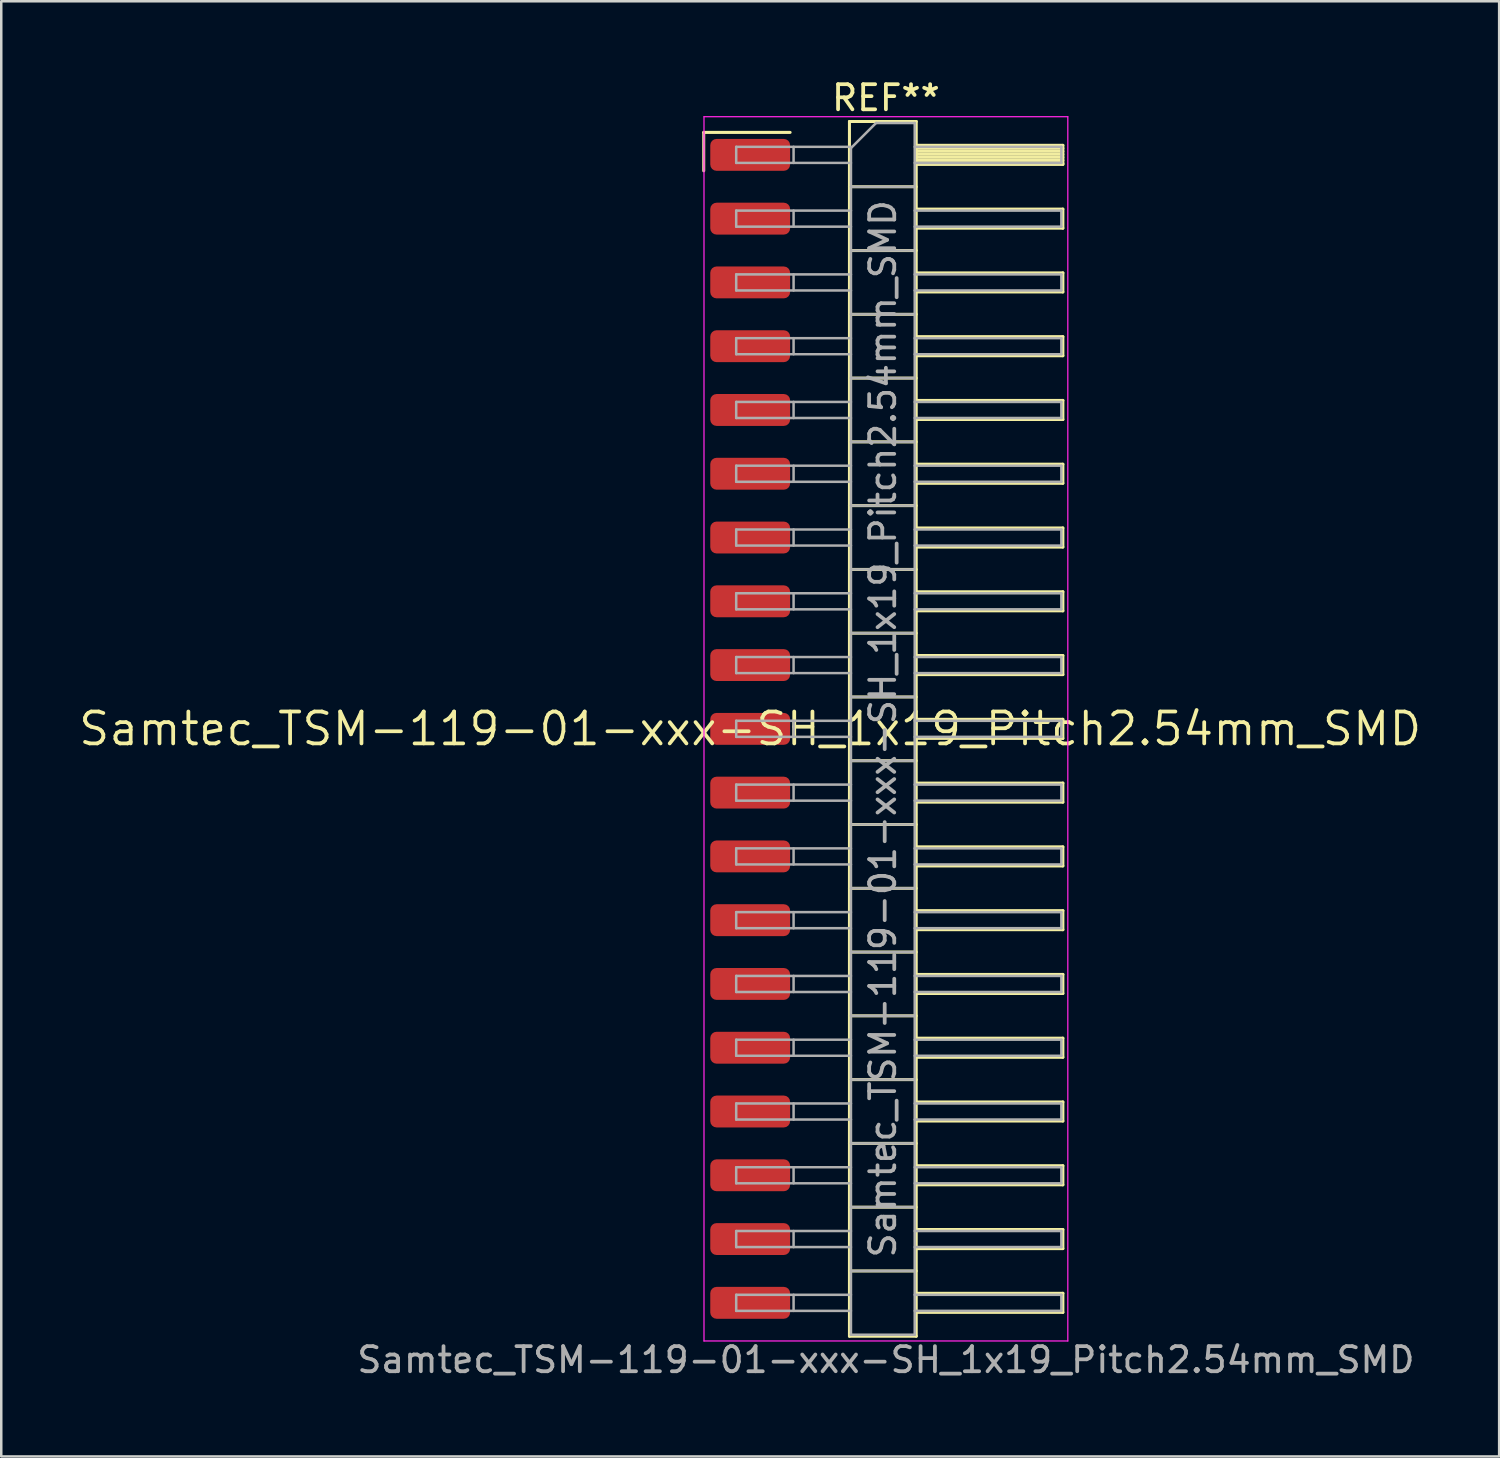
<source format=kicad_pcb>
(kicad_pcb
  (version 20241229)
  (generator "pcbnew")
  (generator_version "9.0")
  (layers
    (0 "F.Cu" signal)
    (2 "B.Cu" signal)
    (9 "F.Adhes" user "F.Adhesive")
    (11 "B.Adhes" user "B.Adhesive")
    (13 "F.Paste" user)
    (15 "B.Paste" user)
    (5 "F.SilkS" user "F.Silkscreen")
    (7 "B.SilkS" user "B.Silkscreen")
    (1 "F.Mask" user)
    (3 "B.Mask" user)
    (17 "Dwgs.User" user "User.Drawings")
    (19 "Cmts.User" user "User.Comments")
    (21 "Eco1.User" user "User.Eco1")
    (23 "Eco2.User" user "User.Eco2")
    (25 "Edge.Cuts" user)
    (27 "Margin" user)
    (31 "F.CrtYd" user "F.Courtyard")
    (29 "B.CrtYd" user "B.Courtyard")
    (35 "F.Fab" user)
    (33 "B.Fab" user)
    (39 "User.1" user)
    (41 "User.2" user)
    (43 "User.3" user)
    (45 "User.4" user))
  (footprint "Samtec_TSM-119-01-xxx-SH_1x19_Pitch2.54mm_SMD"
    (layer "F.Cu")
    (at 26.828 25.978)
    (property "Reference" "Samtec_TSM-119-01-xxx-SH_1x19_Pitch2.54mm_SMD" (at 0 0 0) (layer "F.SilkS") (effects (font (size 1.27 1.27) (thickness 0.15))))
    (attr smd)
    (fp_line (start -1.85 -23.755) (end 1.59 -23.755) (stroke (width 0.12) (type solid)) (layer "F.SilkS"))
    (fp_line (start -1.85 -22.225) (end -1.85 -23.755) (stroke (width 0.12) (type solid)) (layer "F.SilkS"))
    (fp_line (start 3.953 -24.19) (end 6.613 -24.19) (stroke (width 0.12) (type solid)) (layer "F.SilkS"))
    (fp_line (start 3.953 -21.59) (end 6.613 -21.59) (stroke (width 0.12) (type solid)) (layer "F.SilkS"))
    (fp_line (start 3.953 -19.05) (end 6.613 -19.05) (stroke (width 0.12) (type solid)) (layer "F.SilkS"))
    (fp_line (start 3.953 -16.51) (end 6.613 -16.51) (stroke (width 0.12) (type solid)) (layer "F.SilkS"))
    (fp_line (start 3.953 -13.97) (end 6.613 -13.97) (stroke (width 0.12) (type solid)) (layer "F.SilkS"))
    (fp_line (start 3.953 -11.43) (end 6.613 -11.43) (stroke (width 0.12) (type solid)) (layer "F.SilkS"))
    (fp_line (start 3.953 -8.89) (end 6.613 -8.89) (stroke (width 0.12) (type solid)) (layer "F.SilkS"))
    (fp_line (start 3.953 -6.35) (end 6.613 -6.35) (stroke (width 0.12) (type solid)) (layer "F.SilkS"))
    (fp_line (start 3.953 -3.81) (end 6.613 -3.81) (stroke (width 0.12) (type solid)) (layer "F.SilkS"))
    (fp_line (start 3.953 -1.27) (end 6.613 -1.27) (stroke (width 0.12) (type solid)) (layer "F.SilkS"))
    (fp_line (start 3.953 1.27) (end 6.613 1.27) (stroke (width 0.12) (type solid)) (layer "F.SilkS"))
    (fp_line (start 3.953 3.81) (end 6.613 3.81) (stroke (width 0.12) (type solid)) (layer "F.SilkS"))
    (fp_line (start 3.953 6.35) (end 6.613 6.35) (stroke (width 0.12) (type solid)) (layer "F.SilkS"))
    (fp_line (start 3.953 8.89) (end 6.613 8.89) (stroke (width 0.12) (type solid)) (layer "F.SilkS"))
    (fp_line (start 3.953 11.43) (end 6.613 11.43) (stroke (width 0.12) (type solid)) (layer "F.SilkS"))
    (fp_line (start 3.953 13.97) (end 6.613 13.97) (stroke (width 0.12) (type solid)) (layer "F.SilkS"))
    (fp_line (start 3.953 16.51) (end 6.613 16.51) (stroke (width 0.12) (type solid)) (layer "F.SilkS"))
    (fp_line (start 3.953 19.05) (end 6.613 19.05) (stroke (width 0.12) (type solid)) (layer "F.SilkS"))
    (fp_line (start 3.953 21.59) (end 6.613 21.59) (stroke (width 0.12) (type solid)) (layer "F.SilkS"))
    (fp_line (start 3.953 24.19) (end 3.953 -24.19) (stroke (width 0.12) (type solid)) (layer "F.SilkS"))
    (fp_line (start 6.613 -24.19) (end 6.613 24.19) (stroke (width 0.12) (type solid)) (layer "F.SilkS"))
    (fp_line (start 6.613 -23.24) (end 12.453 -23.24) (stroke (width 0.12) (type solid)) (layer "F.SilkS"))
    (fp_line (start 6.613 -23.12) (end 12.453 -23.12) (stroke (width 0.12) (type solid)) (layer "F.SilkS"))
    (fp_line (start 6.613 -23) (end 12.453 -23) (stroke (width 0.12) (type solid)) (layer "F.SilkS"))
    (fp_line (start 6.613 -22.88) (end 12.453 -22.88) (stroke (width 0.12) (type solid)) (layer "F.SilkS"))
    (fp_line (start 6.613 -22.76) (end 12.453 -22.76) (stroke (width 0.12) (type solid)) (layer "F.SilkS"))
    (fp_line (start 6.613 -22.64) (end 12.453 -22.64) (stroke (width 0.12) (type solid)) (layer "F.SilkS"))
    (fp_line (start 6.613 -22.52) (end 12.453 -22.52) (stroke (width 0.12) (type solid)) (layer "F.SilkS"))
    (fp_line (start 6.613 -22.48) (end 12.453 -22.48) (stroke (width 0.12) (type solid)) (layer "F.SilkS"))
    (fp_line (start 6.613 -20.7) (end 12.453 -20.7) (stroke (width 0.12) (type solid)) (layer "F.SilkS"))
    (fp_line (start 6.613 -19.94) (end 12.453 -19.94) (stroke (width 0.12) (type solid)) (layer "F.SilkS"))
    (fp_line (start 6.613 -18.16) (end 12.453 -18.16) (stroke (width 0.12) (type solid)) (layer "F.SilkS"))
    (fp_line (start 6.613 -17.4) (end 12.453 -17.4) (stroke (width 0.12) (type solid)) (layer "F.SilkS"))
    (fp_line (start 6.613 -15.62) (end 12.453 -15.62) (stroke (width 0.12) (type solid)) (layer "F.SilkS"))
    (fp_line (start 6.613 -14.86) (end 12.453 -14.86) (stroke (width 0.12) (type solid)) (layer "F.SilkS"))
    (fp_line (start 6.613 -13.08) (end 12.453 -13.08) (stroke (width 0.12) (type solid)) (layer "F.SilkS"))
    (fp_line (start 6.613 -12.32) (end 12.453 -12.32) (stroke (width 0.12) (type solid)) (layer "F.SilkS"))
    (fp_line (start 6.613 -10.54) (end 12.453 -10.54) (stroke (width 0.12) (type solid)) (layer "F.SilkS"))
    (fp_line (start 6.613 -9.78) (end 12.453 -9.78) (stroke (width 0.12) (type solid)) (layer "F.SilkS"))
    (fp_line (start 6.613 -8) (end 12.453 -8) (stroke (width 0.12) (type solid)) (layer "F.SilkS"))
    (fp_line (start 6.613 -7.24) (end 12.453 -7.24) (stroke (width 0.12) (type solid)) (layer "F.SilkS"))
    (fp_line (start 6.613 -5.46) (end 12.453 -5.46) (stroke (width 0.12) (type solid)) (layer "F.SilkS"))
    (fp_line (start 6.613 -4.7) (end 12.453 -4.7) (stroke (width 0.12) (type solid)) (layer "F.SilkS"))
    (fp_line (start 6.613 -2.92) (end 12.453 -2.92) (stroke (width 0.12) (type solid)) (layer "F.SilkS"))
    (fp_line (start 6.613 -2.16) (end 12.453 -2.16) (stroke (width 0.12) (type solid)) (layer "F.SilkS"))
    (fp_line (start 6.613 -0.38) (end 12.453 -0.38) (stroke (width 0.12) (type solid)) (layer "F.SilkS"))
    (fp_line (start 6.613 0.38) (end 12.453 0.38) (stroke (width 0.12) (type solid)) (layer "F.SilkS"))
    (fp_line (start 6.613 2.16) (end 12.453 2.16) (stroke (width 0.12) (type solid)) (layer "F.SilkS"))
    (fp_line (start 6.613 2.92) (end 12.453 2.92) (stroke (width 0.12) (type solid)) (layer "F.SilkS"))
    (fp_line (start 6.613 4.7) (end 12.453 4.7) (stroke (width 0.12) (type solid)) (layer "F.SilkS"))
    (fp_line (start 6.613 5.46) (end 12.453 5.46) (stroke (width 0.12) (type solid)) (layer "F.SilkS"))
    (fp_line (start 6.613 7.24) (end 12.453 7.24) (stroke (width 0.12) (type solid)) (layer "F.SilkS"))
    (fp_line (start 6.613 8) (end 12.453 8) (stroke (width 0.12) (type solid)) (layer "F.SilkS"))
    (fp_line (start 6.613 9.78) (end 12.453 9.78) (stroke (width 0.12) (type solid)) (layer "F.SilkS"))
    (fp_line (start 6.613 10.54) (end 12.453 10.54) (stroke (width 0.12) (type solid)) (layer "F.SilkS"))
    (fp_line (start 6.613 12.32) (end 12.453 12.32) (stroke (width 0.12) (type solid)) (layer "F.SilkS"))
    (fp_line (start 6.613 13.08) (end 12.453 13.08) (stroke (width 0.12) (type solid)) (layer "F.SilkS"))
    (fp_line (start 6.613 14.86) (end 12.453 14.86) (stroke (width 0.12) (type solid)) (layer "F.SilkS"))
    (fp_line (start 6.613 15.62) (end 12.453 15.62) (stroke (width 0.12) (type solid)) (layer "F.SilkS"))
    (fp_line (start 6.613 17.4) (end 12.453 17.4) (stroke (width 0.12) (type solid)) (layer "F.SilkS"))
    (fp_line (start 6.613 18.16) (end 12.453 18.16) (stroke (width 0.12) (type solid)) (layer "F.SilkS"))
    (fp_line (start 6.613 19.94) (end 12.453 19.94) (stroke (width 0.12) (type solid)) (layer "F.SilkS"))
    (fp_line (start 6.613 20.7) (end 12.453 20.7) (stroke (width 0.12) (type solid)) (layer "F.SilkS"))
    (fp_line (start 6.613 22.48) (end 12.453 22.48) (stroke (width 0.12) (type solid)) (layer "F.SilkS"))
    (fp_line (start 6.613 23.24) (end 12.453 23.24) (stroke (width 0.12) (type solid)) (layer "F.SilkS"))
    (fp_line (start 6.613 24.19) (end 3.953 24.19) (stroke (width 0.12) (type solid)) (layer "F.SilkS"))
    (fp_line (start 12.453 -23.24) (end 12.453 -22.48) (stroke (width 0.12) (type solid)) (layer "F.SilkS"))
    (fp_line (start 12.453 -20.7) (end 12.453 -19.94) (stroke (width 0.12) (type solid)) (layer "F.SilkS"))
    (fp_line (start 12.453 -18.16) (end 12.453 -17.4) (stroke (width 0.12) (type solid)) (layer "F.SilkS"))
    (fp_line (start 12.453 -15.62) (end 12.453 -14.86) (stroke (width 0.12) (type solid)) (layer "F.SilkS"))
    (fp_line (start 12.453 -13.08) (end 12.453 -12.32) (stroke (width 0.12) (type solid)) (layer "F.SilkS"))
    (fp_line (start 12.453 -10.54) (end 12.453 -9.78) (stroke (width 0.12) (type solid)) (layer "F.SilkS"))
    (fp_line (start 12.453 -8) (end 12.453 -7.24) (stroke (width 0.12) (type solid)) (layer "F.SilkS"))
    (fp_line (start 12.453 -5.46) (end 12.453 -4.7) (stroke (width 0.12) (type solid)) (layer "F.SilkS"))
    (fp_line (start 12.453 -2.92) (end 12.453 -2.16) (stroke (width 0.12) (type solid)) (layer "F.SilkS"))
    (fp_line (start 12.453 -0.38) (end 12.453 0.38) (stroke (width 0.12) (type solid)) (layer "F.SilkS"))
    (fp_line (start 12.453 2.16) (end 12.453 2.92) (stroke (width 0.12) (type solid)) (layer "F.SilkS"))
    (fp_line (start 12.453 4.7) (end 12.453 5.46) (stroke (width 0.12) (type solid)) (layer "F.SilkS"))
    (fp_line (start 12.453 7.24) (end 12.453 8) (stroke (width 0.12) (type solid)) (layer "F.SilkS"))
    (fp_line (start 12.453 9.78) (end 12.453 10.54) (stroke (width 0.12) (type solid)) (layer "F.SilkS"))
    (fp_line (start 12.453 12.32) (end 12.453 13.08) (stroke (width 0.12) (type solid)) (layer "F.SilkS"))
    (fp_line (start 12.453 14.86) (end 12.453 15.62) (stroke (width 0.12) (type solid)) (layer "F.SilkS"))
    (fp_line (start 12.453 17.4) (end 12.453 18.16) (stroke (width 0.12) (type solid)) (layer "F.SilkS"))
    (fp_line (start 12.453 19.94) (end 12.453 20.7) (stroke (width 0.12) (type solid)) (layer "F.SilkS"))
    (fp_line (start 12.453 22.48) (end 12.453 23.24) (stroke (width 0.12) (type solid)) (layer "F.SilkS"))
    (fp_line (start -1.84 -24.38) (end 12.65 -24.38) (stroke (width 0.05) (type solid)) (layer "F.CrtYd"))
    (fp_line (start -1.84 24.38) (end -1.84 -24.38) (stroke (width 0.05) (type solid)) (layer "F.CrtYd"))
    (fp_line (start 12.65 -24.38) (end 12.65 24.38) (stroke (width 0.05) (type solid)) (layer "F.CrtYd"))
    (fp_line (start 12.65 24.38) (end -1.84 24.38) (stroke (width 0.05) (type solid)) (layer "F.CrtYd"))
    (fp_line (start -0.557 -23.18) (end -0.557 -22.54) (stroke (width 0.1) (type solid)) (layer "F.Fab"))
    (fp_line (start -0.557 -23.18) (end 4.013 -23.18) (stroke (width 0.1) (type solid)) (layer "F.Fab"))
    (fp_line (start -0.557 -22.54) (end 4.013 -22.54) (stroke (width 0.1) (type solid)) (layer "F.Fab"))
    (fp_line (start -0.557 -20.64) (end -0.557 -20) (stroke (width 0.1) (type solid)) (layer "F.Fab"))
    (fp_line (start -0.557 -20.64) (end 4.013 -20.64) (stroke (width 0.1) (type solid)) (layer "F.Fab"))
    (fp_line (start -0.557 -20) (end 4.013 -20) (stroke (width 0.1) (type solid)) (layer "F.Fab"))
    (fp_line (start -0.557 -18.1) (end -0.557 -17.46) (stroke (width 0.1) (type solid)) (layer "F.Fab"))
    (fp_line (start -0.557 -18.1) (end 4.013 -18.1) (stroke (width 0.1) (type solid)) (layer "F.Fab"))
    (fp_line (start -0.557 -17.46) (end 4.013 -17.46) (stroke (width 0.1) (type solid)) (layer "F.Fab"))
    (fp_line (start -0.557 -15.56) (end -0.557 -14.92) (stroke (width 0.1) (type solid)) (layer "F.Fab"))
    (fp_line (start -0.557 -15.56) (end 4.013 -15.56) (stroke (width 0.1) (type solid)) (layer "F.Fab"))
    (fp_line (start -0.557 -14.92) (end 4.013 -14.92) (stroke (width 0.1) (type solid)) (layer "F.Fab"))
    (fp_line (start -0.557 -13.02) (end -0.557 -12.38) (stroke (width 0.1) (type solid)) (layer "F.Fab"))
    (fp_line (start -0.557 -13.02) (end 4.013 -13.02) (stroke (width 0.1) (type solid)) (layer "F.Fab"))
    (fp_line (start -0.557 -12.38) (end 4.013 -12.38) (stroke (width 0.1) (type solid)) (layer "F.Fab"))
    (fp_line (start -0.557 -10.48) (end -0.557 -9.84) (stroke (width 0.1) (type solid)) (layer "F.Fab"))
    (fp_line (start -0.557 -10.48) (end 4.013 -10.48) (stroke (width 0.1) (type solid)) (layer "F.Fab"))
    (fp_line (start -0.557 -9.84) (end 4.013 -9.84) (stroke (width 0.1) (type solid)) (layer "F.Fab"))
    (fp_line (start -0.557 -7.94) (end -0.557 -7.3) (stroke (width 0.1) (type solid)) (layer "F.Fab"))
    (fp_line (start -0.557 -7.94) (end 4.013 -7.94) (stroke (width 0.1) (type solid)) (layer "F.Fab"))
    (fp_line (start -0.557 -7.3) (end 4.013 -7.3) (stroke (width 0.1) (type solid)) (layer "F.Fab"))
    (fp_line (start -0.557 -5.4) (end -0.557 -4.76) (stroke (width 0.1) (type solid)) (layer "F.Fab"))
    (fp_line (start -0.557 -5.4) (end 4.013 -5.4) (stroke (width 0.1) (type solid)) (layer "F.Fab"))
    (fp_line (start -0.557 -4.76) (end 4.013 -4.76) (stroke (width 0.1) (type solid)) (layer "F.Fab"))
    (fp_line (start -0.557 -2.86) (end -0.557 -2.22) (stroke (width 0.1) (type solid)) (layer "F.Fab"))
    (fp_line (start -0.557 -2.86) (end 4.013 -2.86) (stroke (width 0.1) (type solid)) (layer "F.Fab"))
    (fp_line (start -0.557 -2.22) (end 4.013 -2.22) (stroke (width 0.1) (type solid)) (layer "F.Fab"))
    (fp_line (start -0.557 -0.32) (end -0.557 0.32) (stroke (width 0.1) (type solid)) (layer "F.Fab"))
    (fp_line (start -0.557 -0.32) (end 4.013 -0.32) (stroke (width 0.1) (type solid)) (layer "F.Fab"))
    (fp_line (start -0.557 0.32) (end 4.013 0.32) (stroke (width 0.1) (type solid)) (layer "F.Fab"))
    (fp_line (start -0.557 2.22) (end -0.557 2.86) (stroke (width 0.1) (type solid)) (layer "F.Fab"))
    (fp_line (start -0.557 2.22) (end 4.013 2.22) (stroke (width 0.1) (type solid)) (layer "F.Fab"))
    (fp_line (start -0.557 2.86) (end 4.013 2.86) (stroke (width 0.1) (type solid)) (layer "F.Fab"))
    (fp_line (start -0.557 4.76) (end -0.557 5.4) (stroke (width 0.1) (type solid)) (layer "F.Fab"))
    (fp_line (start -0.557 4.76) (end 4.013 4.76) (stroke (width 0.1) (type solid)) (layer "F.Fab"))
    (fp_line (start -0.557 5.4) (end 4.013 5.4) (stroke (width 0.1) (type solid)) (layer "F.Fab"))
    (fp_line (start -0.557 7.3) (end -0.557 7.94) (stroke (width 0.1) (type solid)) (layer "F.Fab"))
    (fp_line (start -0.557 7.3) (end 4.013 7.3) (stroke (width 0.1) (type solid)) (layer "F.Fab"))
    (fp_line (start -0.557 7.94) (end 4.013 7.94) (stroke (width 0.1) (type solid)) (layer "F.Fab"))
    (fp_line (start -0.557 9.84) (end -0.557 10.48) (stroke (width 0.1) (type solid)) (layer "F.Fab"))
    (fp_line (start -0.557 9.84) (end 4.013 9.84) (stroke (width 0.1) (type solid)) (layer "F.Fab"))
    (fp_line (start -0.557 10.48) (end 4.013 10.48) (stroke (width 0.1) (type solid)) (layer "F.Fab"))
    (fp_line (start -0.557 12.38) (end -0.557 13.02) (stroke (width 0.1) (type solid)) (layer "F.Fab"))
    (fp_line (start -0.557 12.38) (end 4.013 12.38) (stroke (width 0.1) (type solid)) (layer "F.Fab"))
    (fp_line (start -0.557 13.02) (end 4.013 13.02) (stroke (width 0.1) (type solid)) (layer "F.Fab"))
    (fp_line (start -0.557 14.92) (end -0.557 15.56) (stroke (width 0.1) (type solid)) (layer "F.Fab"))
    (fp_line (start -0.557 14.92) (end 4.013 14.92) (stroke (width 0.1) (type solid)) (layer "F.Fab"))
    (fp_line (start -0.557 15.56) (end 4.013 15.56) (stroke (width 0.1) (type solid)) (layer "F.Fab"))
    (fp_line (start -0.557 17.46) (end -0.557 18.1) (stroke (width 0.1) (type solid)) (layer "F.Fab"))
    (fp_line (start -0.557 17.46) (end 4.013 17.46) (stroke (width 0.1) (type solid)) (layer "F.Fab"))
    (fp_line (start -0.557 18.1) (end 4.013 18.1) (stroke (width 0.1) (type solid)) (layer "F.Fab"))
    (fp_line (start -0.557 20) (end -0.557 20.64) (stroke (width 0.1) (type solid)) (layer "F.Fab"))
    (fp_line (start -0.557 20) (end 4.013 20) (stroke (width 0.1) (type solid)) (layer "F.Fab"))
    (fp_line (start -0.557 20.64) (end 4.013 20.64) (stroke (width 0.1) (type solid)) (layer "F.Fab"))
    (fp_line (start -0.557 22.54) (end -0.557 23.18) (stroke (width 0.1) (type solid)) (layer "F.Fab"))
    (fp_line (start -0.557 22.54) (end 4.013 22.54) (stroke (width 0.1) (type solid)) (layer "F.Fab"))
    (fp_line (start -0.557 23.18) (end 4.013 23.18) (stroke (width 0.1) (type solid)) (layer "F.Fab"))
    (fp_line (start 1.728 -23.18) (end 1.728 -22.54) (stroke (width 0.1) (type solid)) (layer "F.Fab"))
    (fp_line (start 1.728 -20.64) (end 1.728 -20) (stroke (width 0.1) (type solid)) (layer "F.Fab"))
    (fp_line (start 1.728 -18.1) (end 1.728 -17.46) (stroke (width 0.1) (type solid)) (layer "F.Fab"))
    (fp_line (start 1.728 -15.56) (end 1.728 -14.92) (stroke (width 0.1) (type solid)) (layer "F.Fab"))
    (fp_line (start 1.728 -13.02) (end 1.728 -12.38) (stroke (width 0.1) (type solid)) (layer "F.Fab"))
    (fp_line (start 1.728 -10.48) (end 1.728 -9.84) (stroke (width 0.1) (type solid)) (layer "F.Fab"))
    (fp_line (start 1.728 -7.94) (end 1.728 -7.3) (stroke (width 0.1) (type solid)) (layer "F.Fab"))
    (fp_line (start 1.728 -5.4) (end 1.728 -4.76) (stroke (width 0.1) (type solid)) (layer "F.Fab"))
    (fp_line (start 1.728 -2.86) (end 1.728 -2.22) (stroke (width 0.1) (type solid)) (layer "F.Fab"))
    (fp_line (start 1.728 -0.32) (end 1.728 0.32) (stroke (width 0.1) (type solid)) (layer "F.Fab"))
    (fp_line (start 1.728 2.22) (end 1.728 2.86) (stroke (width 0.1) (type solid)) (layer "F.Fab"))
    (fp_line (start 1.728 4.76) (end 1.728 5.4) (stroke (width 0.1) (type solid)) (layer "F.Fab"))
    (fp_line (start 1.728 7.3) (end 1.728 7.94) (stroke (width 0.1) (type solid)) (layer "F.Fab"))
    (fp_line (start 1.728 9.84) (end 1.728 10.48) (stroke (width 0.1) (type solid)) (layer "F.Fab"))
    (fp_line (start 1.728 12.38) (end 1.728 13.02) (stroke (width 0.1) (type solid)) (layer "F.Fab"))
    (fp_line (start 1.728 14.92) (end 1.728 15.56) (stroke (width 0.1) (type solid)) (layer "F.Fab"))
    (fp_line (start 1.728 17.46) (end 1.728 18.1) (stroke (width 0.1) (type solid)) (layer "F.Fab"))
    (fp_line (start 1.728 20) (end 1.728 20.64) (stroke (width 0.1) (type solid)) (layer "F.Fab"))
    (fp_line (start 1.728 22.54) (end 1.728 23.18) (stroke (width 0.1) (type solid)) (layer "F.Fab"))
    (fp_line (start 4.013 -23.13) (end 5.013 -24.13) (stroke (width 0.1) (type solid)) (layer "F.Fab"))
    (fp_line (start 4.013 -21.59) (end 6.553 -21.59) (stroke (width 0.1) (type solid)) (layer "F.Fab"))
    (fp_line (start 4.013 -19.05) (end 6.553 -19.05) (stroke (width 0.1) (type solid)) (layer "F.Fab"))
    (fp_line (start 4.013 -16.51) (end 6.553 -16.51) (stroke (width 0.1) (type solid)) (layer "F.Fab"))
    (fp_line (start 4.013 -13.97) (end 6.553 -13.97) (stroke (width 0.1) (type solid)) (layer "F.Fab"))
    (fp_line (start 4.013 -11.43) (end 6.553 -11.43) (stroke (width 0.1) (type solid)) (layer "F.Fab"))
    (fp_line (start 4.013 -8.89) (end 6.553 -8.89) (stroke (width 0.1) (type solid)) (layer "F.Fab"))
    (fp_line (start 4.013 -6.35) (end 6.553 -6.35) (stroke (width 0.1) (type solid)) (layer "F.Fab"))
    (fp_line (start 4.013 -3.81) (end 6.553 -3.81) (stroke (width 0.1) (type solid)) (layer "F.Fab"))
    (fp_line (start 4.013 -1.27) (end 6.553 -1.27) (stroke (width 0.1) (type solid)) (layer "F.Fab"))
    (fp_line (start 4.013 1.27) (end 6.553 1.27) (stroke (width 0.1) (type solid)) (layer "F.Fab"))
    (fp_line (start 4.013 3.81) (end 6.553 3.81) (stroke (width 0.1) (type solid)) (layer "F.Fab"))
    (fp_line (start 4.013 6.35) (end 6.553 6.35) (stroke (width 0.1) (type solid)) (layer "F.Fab"))
    (fp_line (start 4.013 8.89) (end 6.553 8.89) (stroke (width 0.1) (type solid)) (layer "F.Fab"))
    (fp_line (start 4.013 11.43) (end 6.553 11.43) (stroke (width 0.1) (type solid)) (layer "F.Fab"))
    (fp_line (start 4.013 13.97) (end 6.553 13.97) (stroke (width 0.1) (type solid)) (layer "F.Fab"))
    (fp_line (start 4.013 16.51) (end 6.553 16.51) (stroke (width 0.1) (type solid)) (layer "F.Fab"))
    (fp_line (start 4.013 19.05) (end 6.553 19.05) (stroke (width 0.1) (type solid)) (layer "F.Fab"))
    (fp_line (start 4.013 21.59) (end 6.553 21.59) (stroke (width 0.1) (type solid)) (layer "F.Fab"))
    (fp_line (start 4.013 24.13) (end 4.013 -23.13) (stroke (width 0.1) (type solid)) (layer "F.Fab"))
    (fp_line (start 5.013 -24.13) (end 6.553 -24.13) (stroke (width 0.1) (type solid)) (layer "F.Fab"))
    (fp_line (start 6.553 -24.13) (end 6.553 24.13) (stroke (width 0.1) (type solid)) (layer "F.Fab"))
    (fp_line (start 6.553 -23.18) (end 12.393 -23.18) (stroke (width 0.1) (type solid)) (layer "F.Fab"))
    (fp_line (start 6.553 -22.54) (end 12.393 -22.54) (stroke (width 0.1) (type solid)) (layer "F.Fab"))
    (fp_line (start 6.553 -20.64) (end 12.393 -20.64) (stroke (width 0.1) (type solid)) (layer "F.Fab"))
    (fp_line (start 6.553 -20) (end 12.393 -20) (stroke (width 0.1) (type solid)) (layer "F.Fab"))
    (fp_line (start 6.553 -18.1) (end 12.393 -18.1) (stroke (width 0.1) (type solid)) (layer "F.Fab"))
    (fp_line (start 6.553 -17.46) (end 12.393 -17.46) (stroke (width 0.1) (type solid)) (layer "F.Fab"))
    (fp_line (start 6.553 -15.56) (end 12.393 -15.56) (stroke (width 0.1) (type solid)) (layer "F.Fab"))
    (fp_line (start 6.553 -14.92) (end 12.393 -14.92) (stroke (width 0.1) (type solid)) (layer "F.Fab"))
    (fp_line (start 6.553 -13.02) (end 12.393 -13.02) (stroke (width 0.1) (type solid)) (layer "F.Fab"))
    (fp_line (start 6.553 -12.38) (end 12.393 -12.38) (stroke (width 0.1) (type solid)) (layer "F.Fab"))
    (fp_line (start 6.553 -10.48) (end 12.393 -10.48) (stroke (width 0.1) (type solid)) (layer "F.Fab"))
    (fp_line (start 6.553 -9.84) (end 12.393 -9.84) (stroke (width 0.1) (type solid)) (layer "F.Fab"))
    (fp_line (start 6.553 -7.94) (end 12.393 -7.94) (stroke (width 0.1) (type solid)) (layer "F.Fab"))
    (fp_line (start 6.553 -7.3) (end 12.393 -7.3) (stroke (width 0.1) (type solid)) (layer "F.Fab"))
    (fp_line (start 6.553 -5.4) (end 12.393 -5.4) (stroke (width 0.1) (type solid)) (layer "F.Fab"))
    (fp_line (start 6.553 -4.76) (end 12.393 -4.76) (stroke (width 0.1) (type solid)) (layer "F.Fab"))
    (fp_line (start 6.553 -2.86) (end 12.393 -2.86) (stroke (width 0.1) (type solid)) (layer "F.Fab"))
    (fp_line (start 6.553 -2.22) (end 12.393 -2.22) (stroke (width 0.1) (type solid)) (layer "F.Fab"))
    (fp_line (start 6.553 -0.32) (end 12.393 -0.32) (stroke (width 0.1) (type solid)) (layer "F.Fab"))
    (fp_line (start 6.553 0.32) (end 12.393 0.32) (stroke (width 0.1) (type solid)) (layer "F.Fab"))
    (fp_line (start 6.553 2.22) (end 12.393 2.22) (stroke (width 0.1) (type solid)) (layer "F.Fab"))
    (fp_line (start 6.553 2.86) (end 12.393 2.86) (stroke (width 0.1) (type solid)) (layer "F.Fab"))
    (fp_line (start 6.553 4.76) (end 12.393 4.76) (stroke (width 0.1) (type solid)) (layer "F.Fab"))
    (fp_line (start 6.553 5.4) (end 12.393 5.4) (stroke (width 0.1) (type solid)) (layer "F.Fab"))
    (fp_line (start 6.553 7.3) (end 12.393 7.3) (stroke (width 0.1) (type solid)) (layer "F.Fab"))
    (fp_line (start 6.553 7.94) (end 12.393 7.94) (stroke (width 0.1) (type solid)) (layer "F.Fab"))
    (fp_line (start 6.553 9.84) (end 12.393 9.84) (stroke (width 0.1) (type solid)) (layer "F.Fab"))
    (fp_line (start 6.553 10.48) (end 12.393 10.48) (stroke (width 0.1) (type solid)) (layer "F.Fab"))
    (fp_line (start 6.553 12.38) (end 12.393 12.38) (stroke (width 0.1) (type solid)) (layer "F.Fab"))
    (fp_line (start 6.553 13.02) (end 12.393 13.02) (stroke (width 0.1) (type solid)) (layer "F.Fab"))
    (fp_line (start 6.553 14.92) (end 12.393 14.92) (stroke (width 0.1) (type solid)) (layer "F.Fab"))
    (fp_line (start 6.553 15.56) (end 12.393 15.56) (stroke (width 0.1) (type solid)) (layer "F.Fab"))
    (fp_line (start 6.553 17.46) (end 12.393 17.46) (stroke (width 0.1) (type solid)) (layer "F.Fab"))
    (fp_line (start 6.553 18.1) (end 12.393 18.1) (stroke (width 0.1) (type solid)) (layer "F.Fab"))
    (fp_line (start 6.553 20) (end 12.393 20) (stroke (width 0.1) (type solid)) (layer "F.Fab"))
    (fp_line (start 6.553 20.64) (end 12.393 20.64) (stroke (width 0.1) (type solid)) (layer "F.Fab"))
    (fp_line (start 6.553 22.54) (end 12.393 22.54) (stroke (width 0.1) (type solid)) (layer "F.Fab"))
    (fp_line (start 6.553 23.18) (end 12.393 23.18) (stroke (width 0.1) (type solid)) (layer "F.Fab"))
    (fp_line (start 6.553 24.13) (end 4.013 24.13) (stroke (width 0.1) (type solid)) (layer "F.Fab"))
    (fp_line (start 12.393 -23.18) (end 12.393 -22.54) (stroke (width 0.1) (type solid)) (layer "F.Fab"))
    (fp_line (start 12.393 -20.64) (end 12.393 -20) (stroke (width 0.1) (type solid)) (layer "F.Fab"))
    (fp_line (start 12.393 -18.1) (end 12.393 -17.46) (stroke (width 0.1) (type solid)) (layer "F.Fab"))
    (fp_line (start 12.393 -15.56) (end 12.393 -14.92) (stroke (width 0.1) (type solid)) (layer "F.Fab"))
    (fp_line (start 12.393 -13.02) (end 12.393 -12.38) (stroke (width 0.1) (type solid)) (layer "F.Fab"))
    (fp_line (start 12.393 -10.48) (end 12.393 -9.84) (stroke (width 0.1) (type solid)) (layer "F.Fab"))
    (fp_line (start 12.393 -7.94) (end 12.393 -7.3) (stroke (width 0.1) (type solid)) (layer "F.Fab"))
    (fp_line (start 12.393 -5.4) (end 12.393 -4.76) (stroke (width 0.1) (type solid)) (layer "F.Fab"))
    (fp_line (start 12.393 -2.86) (end 12.393 -2.22) (stroke (width 0.1) (type solid)) (layer "F.Fab"))
    (fp_line (start 12.393 -0.32) (end 12.393 0.32) (stroke (width 0.1) (type solid)) (layer "F.Fab"))
    (fp_line (start 12.393 2.22) (end 12.393 2.86) (stroke (width 0.1) (type solid)) (layer "F.Fab"))
    (fp_line (start 12.393 4.76) (end 12.393 5.4) (stroke (width 0.1) (type solid)) (layer "F.Fab"))
    (fp_line (start 12.393 7.3) (end 12.393 7.94) (stroke (width 0.1) (type solid)) (layer "F.Fab"))
    (fp_line (start 12.393 9.84) (end 12.393 10.48) (stroke (width 0.1) (type solid)) (layer "F.Fab"))
    (fp_line (start 12.393 12.38) (end 12.393 13.02) (stroke (width 0.1) (type solid)) (layer "F.Fab"))
    (fp_line (start 12.393 14.92) (end 12.393 15.56) (stroke (width 0.1) (type solid)) (layer "F.Fab"))
    (fp_line (start 12.393 17.46) (end 12.393 18.1) (stroke (width 0.1) (type solid)) (layer "F.Fab"))
    (fp_line (start 12.393 20) (end 12.393 20.64) (stroke (width 0.1) (type solid)) (layer "F.Fab"))
    (fp_line (start 12.393 22.54) (end 12.393 23.18) (stroke (width 0.1) (type solid)) (layer "F.Fab"))
    (fp_text user "REF**" (at 5.405 -25.13 0) (layer "F.SilkS") (effects (font (size 1 1) (thickness 0.15))))
    (fp_text user "${REFERENCE}" (at 5.283 0 90) (layer "F.Fab") (effects (font (size 1 1) (thickness 0.15))))
    (fp_text user "Samtec_TSM-119-01-xxx-SH_1x19_Pitch2.54mm_SMD" (at 5.405 25.13 0) (layer "F.Fab") (effects (font (size 1 1) (thickness 0.15))))
    (pad "1" smd roundrect (at 0 -22.86) (size 3.18 1.27) (layers "F.Cu" "F.Mask" "F.Paste") (roundrect_rratio 0.197))
    (pad "2" smd roundrect (at 0 -20.32) (size 3.18 1.27) (layers "F.Cu" "F.Mask" "F.Paste") (roundrect_rratio 0.197))
    (pad "3" smd roundrect (at 0 -17.78) (size 3.18 1.27) (layers "F.Cu" "F.Mask" "F.Paste") (roundrect_rratio 0.197))
    (pad "4" smd roundrect (at 0 -15.24) (size 3.18 1.27) (layers "F.Cu" "F.Mask" "F.Paste") (roundrect_rratio 0.197))
    (pad "5" smd roundrect (at 0 -12.7) (size 3.18 1.27) (layers "F.Cu" "F.Mask" "F.Paste") (roundrect_rratio 0.197))
    (pad "6" smd roundrect (at 0 -10.16) (size 3.18 1.27) (layers "F.Cu" "F.Mask" "F.Paste") (roundrect_rratio 0.197))
    (pad "7" smd roundrect (at 0 -7.62) (size 3.18 1.27) (layers "F.Cu" "F.Mask" "F.Paste") (roundrect_rratio 0.197))
    (pad "8" smd roundrect (at 0 -5.08) (size 3.18 1.27) (layers "F.Cu" "F.Mask" "F.Paste") (roundrect_rratio 0.197))
    (pad "9" smd roundrect (at 0 -2.54) (size 3.18 1.27) (layers "F.Cu" "F.Mask" "F.Paste") (roundrect_rratio 0.197))
    (pad "10" smd roundrect (at 0 0) (size 3.18 1.27) (layers "F.Cu" "F.Mask" "F.Paste") (roundrect_rratio 0.197))
    (pad "11" smd roundrect (at 0 2.54) (size 3.18 1.27) (layers "F.Cu" "F.Mask" "F.Paste") (roundrect_rratio 0.197))
    (pad "12" smd roundrect (at 0 5.08) (size 3.18 1.27) (layers "F.Cu" "F.Mask" "F.Paste") (roundrect_rratio 0.197))
    (pad "13" smd roundrect (at 0 7.62) (size 3.18 1.27) (layers "F.Cu" "F.Mask" "F.Paste") (roundrect_rratio 0.197))
    (pad "14" smd roundrect (at 0 10.16) (size 3.18 1.27) (layers "F.Cu" "F.Mask" "F.Paste") (roundrect_rratio 0.197))
    (pad "15" smd roundrect (at 0 12.7) (size 3.18 1.27) (layers "F.Cu" "F.Mask" "F.Paste") (roundrect_rratio 0.197))
    (pad "16" smd roundrect (at 0 15.24) (size 3.18 1.27) (layers "F.Cu" "F.Mask" "F.Paste") (roundrect_rratio 0.197))
    (pad "17" smd roundrect (at 0 17.78) (size 3.18 1.27) (layers "F.Cu" "F.Mask" "F.Paste") (roundrect_rratio 0.197))
    (pad "18" smd roundrect (at 0 20.32) (size 3.18 1.27) (layers "F.Cu" "F.Mask" "F.Paste") (roundrect_rratio 0.197))
    (pad "19" smd roundrect (at 0 22.86) (size 3.18 1.27) (layers "F.Cu" "F.Mask" "F.Paste") (roundrect_rratio 0.197)))
  (gr_rect
    (start -3 -3)
    (end 56.657 54.956)
    (stroke (width 0.1) (type default))
    (fill no)
    (layer "Edge.Cuts")))
</source>
